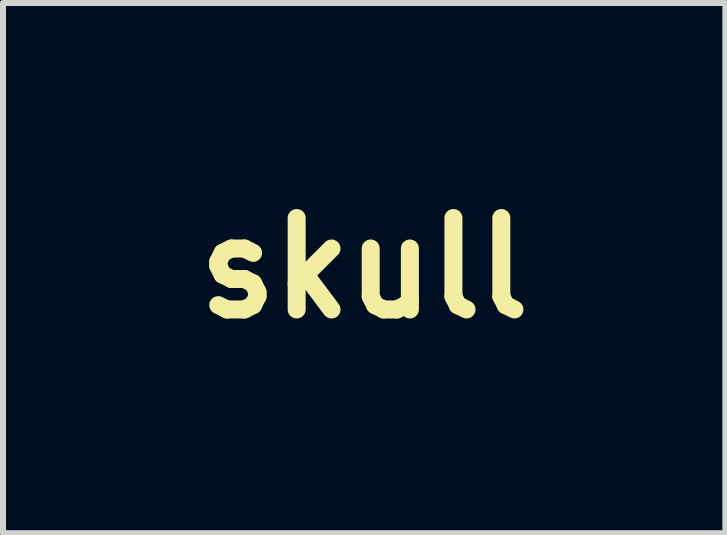
<source format=kicad_pcb>
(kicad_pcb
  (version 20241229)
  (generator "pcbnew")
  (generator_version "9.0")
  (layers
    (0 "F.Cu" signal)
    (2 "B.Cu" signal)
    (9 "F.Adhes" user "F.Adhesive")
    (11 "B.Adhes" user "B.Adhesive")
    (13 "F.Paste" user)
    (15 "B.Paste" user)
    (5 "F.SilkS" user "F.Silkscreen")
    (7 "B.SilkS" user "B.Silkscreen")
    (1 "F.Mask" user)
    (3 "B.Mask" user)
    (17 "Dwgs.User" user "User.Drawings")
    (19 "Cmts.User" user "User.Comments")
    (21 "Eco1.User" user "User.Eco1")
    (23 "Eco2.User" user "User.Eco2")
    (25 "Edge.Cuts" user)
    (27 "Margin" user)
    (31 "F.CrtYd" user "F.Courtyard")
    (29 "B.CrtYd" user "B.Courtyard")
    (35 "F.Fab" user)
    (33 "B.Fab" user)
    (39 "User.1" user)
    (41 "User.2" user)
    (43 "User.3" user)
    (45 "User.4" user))
  (footprint "skull"
    (layer "F.Cu")
    (at 3.019 1.418)
    (property "Reference" "skull" (at 0 0 0) (layer "F.SilkS") (effects (font (size 1.524 1.524) (thickness 0.3))))
    (attr through_hole)
    (fp_poly (pts (xy -0.122 0.442) (xy -0.082 0.464) (xy -0.047 0.485) (xy -0.018 0.502) (xy 0.003 0.515) (xy 0.013 0.522) (xy 0.014 0.523) (xy 0.008 0.526) (xy -0.01 0.536) (xy -0.038 0.551) (xy -0.076 0.57) (xy -0.122 0.594) (xy -0.175 0.621) (xy -0.234 0.65) (xy -0.296 0.681) (xy -0.31 0.688) (xy -0.38 0.723) (xy -0.45 0.758) (xy -0.518 0.793) (xy -0.584 0.826) (xy -0.644 0.856) (xy -0.697 0.883) (xy -0.74 0.905) (xy -0.767 0.919) (xy -0.9 0.988) (xy -0.878 1.015) (xy -0.851 1.06) (xy -0.837 1.11) (xy -0.837 1.163) (xy -0.845 1.202) (xy -0.865 1.244) (xy -0.894 1.28) (xy -0.93 1.306) (xy -0.971 1.322) (xy -1.014 1.327) (xy -1.057 1.32) (xy -1.071 1.314) (xy -1.112 1.288) (xy -1.144 1.253) (xy -1.166 1.21) (xy -1.178 1.163) (xy -1.178 1.114) (xy -1.166 1.066) (xy -1.16 1.052) (xy -1.148 1.025) (xy -1.145 1.008) (xy -1.152 0.998) (xy -1.169 0.995) (xy -1.18 0.994) (xy -1.226 0.987) (xy -1.267 0.968) (xy -1.301 0.938) (xy -1.327 0.899) (xy -1.344 0.851) (xy -1.348 0.819) (xy -1.346 0.768) (xy -1.334 0.722) (xy -1.312 0.683) (xy -1.283 0.651) (xy -1.249 0.627) (xy -1.211 0.613) (xy -1.17 0.61) (xy -1.129 0.618) (xy -1.09 0.638) (xy -1.071 0.654) (xy -1.051 0.675) (xy -1.033 0.699) (xy -1.027 0.711) (xy -1.018 0.729) (xy -1.011 0.739) (xy -1.009 0.74) (xy -1.002 0.737) (xy -0.983 0.728) (xy -0.954 0.713) (xy -0.915 0.694) (xy -0.868 0.67) (xy -0.813 0.643) (xy -0.753 0.613) (xy -0.687 0.58) (xy -0.632 0.552) (xy -0.259 0.364) (xy -0.122 0.442)) (stroke (width 0.01) (type solid)) (fill yes) (layer "F.Mask"))
    (fp_poly (pts (xy 0.164 -1.333) (xy 0.269 -1.311) (xy 0.273 -1.309) (xy 0.373 -1.273) (xy 0.466 -1.225) (xy 0.552 -1.165) (xy 0.63 -1.095) (xy 0.698 -1.015) (xy 0.756 -0.928) (xy 0.802 -0.834) (xy 0.819 -0.787) (xy 0.848 -0.681) (xy 0.862 -0.573) (xy 0.861 -0.465) (xy 0.847 -0.357) (xy 0.823 -0.265) (xy 0.812 -0.235) (xy 0.803 -0.208) (xy 0.795 -0.19) (xy 0.793 -0.187) (xy 0.792 -0.182) (xy 0.793 -0.179) (xy 0.8 -0.18) (xy 0.812 -0.184) (xy 0.832 -0.193) (xy 0.86 -0.206) (xy 0.898 -0.224) (xy 0.946 -0.248) (xy 0.99 -0.27) (xy 1.048 -0.299) (xy 1.093 -0.322) (xy 1.129 -0.34) (xy 1.154 -0.354) (xy 1.172 -0.365) (xy 1.183 -0.373) (xy 1.188 -0.378) (xy 1.188 -0.382) (xy 1.187 -0.385) (xy 1.166 -0.417) (xy 1.152 -0.458) (xy 1.147 -0.504) (xy 1.149 -0.55) (xy 1.161 -0.592) (xy 1.164 -0.599) (xy 1.191 -0.642) (xy 1.224 -0.674) (xy 1.261 -0.694) (xy 1.3 -0.703) (xy 1.34 -0.702) (xy 1.378 -0.691) (xy 1.413 -0.671) (xy 1.444 -0.642) (xy 1.468 -0.605) (xy 1.483 -0.559) (xy 1.488 -0.511) (xy 1.486 -0.478) (xy 1.481 -0.452) (xy 1.471 -0.427) (xy 1.467 -0.418) (xy 1.446 -0.377) (xy 1.478 -0.377) (xy 1.524 -0.371) (xy 1.565 -0.352) (xy 1.6 -0.323) (xy 1.627 -0.286) (xy 1.645 -0.242) (xy 1.653 -0.195) (xy 1.65 -0.144) (xy 1.645 -0.123) (xy 1.625 -0.076) (xy 1.597 -0.04) (xy 1.562 -0.014) (xy 1.523 0.001) (xy 1.482 0.007) (xy 1.441 0.001) (xy 1.402 -0.014) (xy 1.366 -0.041) (xy 1.337 -0.079) (xy 1.325 -0.104) (xy 1.313 -0.131) (xy 0.419 0.317) (xy 0.365 0.287) (xy 0.339 0.272) (xy 0.32 0.263) (xy 0.307 0.26) (xy 0.294 0.261) (xy 0.283 0.264) (xy 0.265 0.269) (xy 0.255 0.274) (xy 0.254 0.275) (xy 0.26 0.28) (xy 0.278 0.29) (xy 0.305 0.306) (xy 0.342 0.327) (xy 0.386 0.353) (xy 0.436 0.381) (xy 0.491 0.413) (xy 0.55 0.446) (xy 0.611 0.48) (xy 0.673 0.515) (xy 0.734 0.55) (xy 0.794 0.584) (xy 0.852 0.616) (xy 0.905 0.646) (xy 0.953 0.672) (xy 0.994 0.695) (xy 1.027 0.713) (xy 1.05 0.726) (xy 1.063 0.732) (xy 1.065 0.733) (xy 1.073 0.727) (xy 1.081 0.713) (xy 1.081 0.712) (xy 1.101 0.681) (xy 1.135 0.654) (xy 1.164 0.638) (xy 1.206 0.626) (xy 1.248 0.628) (xy 1.286 0.64) (xy 1.32 0.662) (xy 1.349 0.693) (xy 1.369 0.729) (xy 1.381 0.771) (xy 1.381 0.816) (xy 1.375 0.846) (xy 1.357 0.887) (xy 1.329 0.921) (xy 1.294 0.946) (xy 1.254 0.962) (xy 1.212 0.966) (xy 1.172 0.958) (xy 1.159 0.954) (xy 1.155 0.956) (xy 1.155 0.956) (xy 1.174 0.992) (xy 1.186 1.02) (xy 1.194 1.041) (xy 1.199 1.06) (xy 1.201 1.08) (xy 1.201 1.105) (xy 1.201 1.11) (xy 1.2 1.147) (xy 1.196 1.174) (xy 1.189 1.198) (xy 1.184 1.208) (xy 1.16 1.25) (xy 1.129 1.282) (xy 1.109 1.296) (xy 1.081 1.304) (xy 1.048 1.306) (xy 1.017 1.301) (xy 0.998 1.293) (xy 0.966 1.268) (xy 0.942 1.236) (xy 0.928 1.208) (xy 0.917 1.174) (xy 0.912 1.133) (xy 0.911 1.089) (xy 0.916 1.049) (xy 0.924 1.02) (xy 0.931 1.003) (xy 0.935 0.992) (xy 0.934 0.99) (xy 0.928 0.986) (xy 0.909 0.976) (xy 0.88 0.959) (xy 0.84 0.936) (xy 0.791 0.908) (xy 0.733 0.876) (xy 0.667 0.839) (xy 0.594 0.797) (xy 0.515 0.753) (xy 0.431 0.705) (xy 0.342 0.655) (xy 0.249 0.603) (xy 0.153 0.548) (xy 0.055 0.493) (xy -0.044 0.437) (xy -0.144 0.381) (xy -0.244 0.324) (xy -0.344 0.268) (xy -0.441 0.213) (xy -0.536 0.16) (xy -0.627 0.109) (xy -0.714 0.06) (xy -0.796 0.013) (xy -0.873 -0.03) (xy -0.943 -0.069) (xy -1.005 -0.104) (xy -1.06 -0.135) (xy -1.105 -0.16) (xy -1.141 -0.18) (xy -1.166 -0.194) (xy -1.18 -0.202) (xy -1.182 -0.203) (xy -1.188 -0.197) (xy -1.196 -0.183) (xy -1.197 -0.18) (xy -1.219 -0.145) (xy -1.252 -0.115) (xy -1.292 -0.094) (xy -1.304 -0.09) (xy -1.352 -0.083) (xy -1.398 -0.09) (xy -1.439 -0.11) (xy -1.476 -0.143) (xy -1.491 -0.163) (xy -1.513 -0.208) (xy -1.523 -0.256) (xy -1.522 -0.304) (xy -1.51 -0.35) (xy -1.489 -0.391) (xy -1.459 -0.426) (xy -1.421 -0.452) (xy -1.395 -0.462) (xy -1.369 -0.468) (xy -1.346 -0.471) (xy -1.336 -0.47) (xy -1.316 -0.467) (xy -1.338 -0.511) (xy -1.351 -0.538) (xy -1.358 -0.561) (xy -1.36 -0.587) (xy -1.36 -0.605) (xy -1.354 -0.658) (xy -1.337 -0.703) (xy -1.307 -0.742) (xy -1.295 -0.754) (xy -1.253 -0.782) (xy -1.21 -0.796) (xy -1.166 -0.797) (xy -1.123 -0.783) (xy -1.081 -0.755) (xy -1.069 -0.743) (xy -1.036 -0.701) (xy -1.016 -0.654) (xy -1.01 -0.604) (xy -1.017 -0.552) (xy -1.037 -0.503) (xy -1.049 -0.478) (xy -1.052 -0.464) (xy -1.05 -0.459) (xy -1.04 -0.453) (xy -1.02 -0.441) (xy -0.992 -0.426) (xy -0.959 -0.407) (xy -0.922 -0.386) (xy -0.884 -0.364) (xy -0.847 -0.343) (xy -0.812 -0.324) (xy -0.782 -0.307) (xy -0.759 -0.295) (xy -0.746 -0.287) (xy -0.743 -0.286) (xy -0.744 -0.293) (xy -0.748 -0.309) (xy -0.752 -0.327) (xy -0.765 -0.392) (xy -0.773 -0.465) (xy -0.773 -0.473) (xy -0.564 -0.473) (xy -0.562 -0.455) (xy -0.547 -0.436) (xy -0.545 -0.434) (xy -0.532 -0.421) (xy -0.523 -0.404) (xy -0.515 -0.379) (xy -0.513 -0.366) (xy -0.488 -0.282) (xy -0.451 -0.205) (xy -0.402 -0.135) (xy -0.343 -0.074) (xy -0.273 -0.022) (xy -0.195 0.021) (xy -0.108 0.053) (xy -0.058 0.065) (xy -0.038 0.067) (xy -0.008 0.069) (xy 0.029 0.07) (xy 0.068 0.07) (xy 0.076 0.07) (xy 0.119 0.068) (xy 0.152 0.066) (xy 0.179 0.063) (xy 0.204 0.057) (xy 0.232 0.049) (xy 0.247 0.045) (xy 0.332 0.01) (xy 0.409 -0.035) (xy 0.477 -0.09) (xy 0.534 -0.154) (xy 0.551 -0.178) (xy 0.583 -0.233) (xy 0.608 -0.289) (xy 0.625 -0.352) (xy 0.63 -0.372) (xy 0.637 -0.403) (xy 0.644 -0.423) (xy 0.652 -0.431) (xy 0.654 -0.432) (xy 0.673 -0.444) (xy 0.681 -0.461) (xy 0.677 -0.48) (xy 0.664 -0.497) (xy 0.649 -0.505) (xy 0.618 -0.514) (xy 0.588 -0.515) (xy 0.56 -0.509) (xy 0.537 -0.499) (xy 0.522 -0.484) (xy 0.518 -0.465) (xy 0.522 -0.45) (xy 0.535 -0.437) (xy 0.548 -0.431) (xy 0.56 -0.425) (xy 0.565 -0.414) (xy 0.564 -0.396) (xy 0.558 -0.368) (xy 0.545 -0.329) (xy 0.545 -0.328) (xy 0.511 -0.252) (xy 0.467 -0.185) (xy 0.413 -0.126) (xy 0.351 -0.077) (xy 0.282 -0.038) (xy 0.208 -0.009) (xy 0.131 0.008) (xy 0.051 0.013) (xy -0.029 0.006) (xy -0.109 -0.014) (xy -0.165 -0.036) (xy -0.242 -0.08) (xy -0.309 -0.134) (xy -0.364 -0.197) (xy -0.408 -0.268) (xy -0.44 -0.346) (xy -0.453 -0.396) (xy -0.455 -0.411) (xy -0.449 -0.421) (xy -0.433 -0.43) (xy -0.412 -0.445) (xy -0.404 -0.463) (xy -0.408 -0.481) (xy -0.425 -0.497) (xy -0.451 -0.508) (xy -0.485 -0.513) (xy -0.514 -0.511) (xy -0.539 -0.503) (xy -0.556 -0.489) (xy -0.564 -0.473) (xy -0.773 -0.473) (xy -0.774 -0.539) (xy -0.771 -0.602) (xy -0.752 -0.71) (xy -0.728 -0.787) (xy -0.379 -0.787) (xy -0.373 -0.743) (xy -0.355 -0.705) (xy -0.327 -0.673) (xy -0.292 -0.65) (xy -0.251 -0.635) (xy -0.207 -0.631) (xy -0.162 -0.639) (xy -0.13 -0.652) (xy -0.095 -0.676) (xy -0.069 -0.703) (xy -0.057 -0.721) (xy -0.051 -0.738) (xy -0.048 -0.758) (xy -0.047 -0.775) (xy 0.19 -0.775) (xy 0.2 -0.732) (xy 0.221 -0.695) (xy 0.252 -0.665) (xy 0.289 -0.644) (xy 0.331 -0.633) (xy 0.376 -0.632) (xy 0.421 -0.643) (xy 0.428 -0.646) (xy 0.466 -0.668) (xy 0.493 -0.695) (xy 0.508 -0.718) (xy 0.523 -0.764) (xy 0.525 -0.808) (xy 0.512 -0.85) (xy 0.488 -0.886) (xy 0.454 -0.917) (xy 0.415 -0.935) (xy 0.369 -0.943) (xy 0.357 -0.943) (xy 0.307 -0.937) (xy 0.264 -0.92) (xy 0.23 -0.893) (xy 0.205 -0.857) (xy 0.192 -0.815) (xy 0.19 -0.775) (xy -0.047 -0.775) (xy -0.047 -0.787) (xy -0.048 -0.817) (xy -0.051 -0.837) (xy -0.058 -0.854) (xy -0.069 -0.872) (xy -0.1 -0.904) (xy -0.13 -0.923) (xy -0.175 -0.94) (xy -0.221 -0.943) (xy -0.264 -0.936) (xy -0.303 -0.919) (xy -0.337 -0.893) (xy -0.362 -0.859) (xy -0.376 -0.818) (xy -0.379 -0.787) (xy -0.728 -0.787) (xy -0.721 -0.811) (xy -0.678 -0.905) (xy -0.625 -0.992) (xy -0.563 -1.071) (xy -0.492 -1.141) (xy -0.414 -1.201) (xy -0.329 -1.252) (xy -0.238 -1.292) (xy -0.142 -1.321) (xy -0.043 -1.338) (xy 0.059 -1.342) (xy 0.164 -1.333)) (stroke (width 0.01) (type solid)) (fill yes) (layer "F.Mask")))
  (gr_rect
    (start -3 -3)
    (end 9.038 5.836)
    (stroke (width 0.1) (type default))
    (fill no)
    (layer "Edge.Cuts")))
</source>
